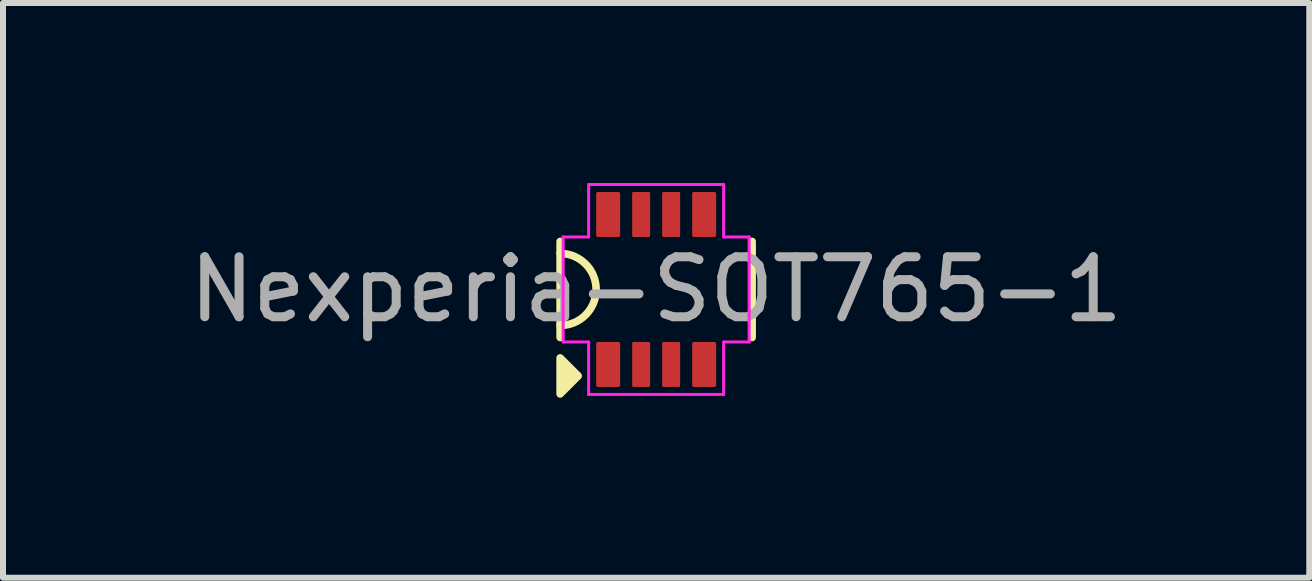
<source format=kicad_pcb>
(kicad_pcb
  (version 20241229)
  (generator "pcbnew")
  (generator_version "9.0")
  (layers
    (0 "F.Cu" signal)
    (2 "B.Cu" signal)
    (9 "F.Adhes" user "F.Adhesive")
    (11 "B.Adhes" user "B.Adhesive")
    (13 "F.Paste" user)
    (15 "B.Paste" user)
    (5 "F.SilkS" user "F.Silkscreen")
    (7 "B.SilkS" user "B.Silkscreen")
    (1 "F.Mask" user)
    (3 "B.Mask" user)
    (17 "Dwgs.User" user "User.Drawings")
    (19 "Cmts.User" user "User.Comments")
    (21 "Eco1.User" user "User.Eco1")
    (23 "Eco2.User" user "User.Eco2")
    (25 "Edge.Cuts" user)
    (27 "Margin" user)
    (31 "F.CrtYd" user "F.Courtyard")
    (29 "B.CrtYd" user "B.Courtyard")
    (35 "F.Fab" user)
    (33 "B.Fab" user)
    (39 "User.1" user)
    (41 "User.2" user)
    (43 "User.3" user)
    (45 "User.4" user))
  (footprint "Nexperia-SOT765-1"
    (layer "F.Cu")
    (at 7.887 1.775)
    (property "Reference" "Nexperia-SOT765-1" (at 0 0 0) (unlocked yes) (layer "F.SilkS") (effects (font (size 1 1) (thickness 0.1))))
    (attr smd)
    (fp_poly (pts (xy -1 -1.625) (xy 1 -1.625) (xy 1 -0.875) (xy -1 -0.875)) (stroke (width 0.1) (type solid)) (fill yes) (layer "F.Mask"))
    (fp_poly (pts (xy -1 0.875) (xy 1 0.875) (xy 1 1.625) (xy -1 1.625)) (stroke (width 0.1) (type solid)) (fill yes) (layer "F.Mask"))
    (fp_line (start -1.6 -0.8) (end -1.6 0.8) (stroke (width 0.127) (type default)) (layer "F.SilkS"))
    (fp_line (start 1.6 -0.8) (end 1.6 0.8) (stroke (width 0.127) (type default)) (layer "F.SilkS"))
    (fp_arc (start -1.6 -0.6) (mid -1 0) (end -1.6 0.6) (stroke (width 0.127) (type default)) (layer "F.SilkS"))
    (fp_poly (pts (xy -1.3 1.441) (xy -1.6 1.141) (xy -1.6 1.741)) (stroke (width 0.127) (type solid)) (fill yes) (layer "F.SilkS"))
    (fp_line (start -1.55 -0.875) (end -1.55 0.875) (stroke (width 0.05) (type default)) (layer "F.CrtYd"))
    (fp_line (start -1.55 -0.875) (end -1.125 -0.875) (stroke (width 0.05) (type default)) (layer "F.CrtYd"))
    (fp_line (start -1.125 -1.75) (end 1.125 -1.75) (stroke (width 0.05) (type default)) (layer "F.CrtYd"))
    (fp_line (start -1.125 -0.875) (end -1.125 -1.75) (stroke (width 0.05) (type default)) (layer "F.CrtYd"))
    (fp_line (start -1.125 0.875) (end -1.55 0.875) (stroke (width 0.05) (type default)) (layer "F.CrtYd"))
    (fp_line (start -1.125 0.875) (end -1.125 1.75) (stroke (width 0.05) (type default)) (layer "F.CrtYd"))
    (fp_line (start -1.125 1.75) (end 1.125 1.75) (stroke (width 0.05) (type default)) (layer "F.CrtYd"))
    (fp_line (start 1.125 -0.875) (end 1.125 -1.75) (stroke (width 0.05) (type default)) (layer "F.CrtYd"))
    (fp_line (start 1.125 -0.875) (end 1.55 -0.875) (stroke (width 0.05) (type default)) (layer "F.CrtYd"))
    (fp_line (start 1.125 0.875) (end 1.125 1.75) (stroke (width 0.05) (type default)) (layer "F.CrtYd"))
    (fp_line (start 1.55 -0.875) (end 1.55 0.875) (stroke (width 0.05) (type default)) (layer "F.CrtYd"))
    (fp_line (start 1.55 0.875) (end 1.125 0.875) (stroke (width 0.05) (type default)) (layer "F.CrtYd"))
    (fp_text user "${REFERENCE}" (at 0 0 0) (unlocked yes) (layer "F.Fab") (effects (font (size 1 1) (thickness 0.15))))
    (pad "1" smd roundrect (at -0.8 1.25) (size 0.4 0.75) (layers "F.Cu" "F.Mask" "F.Paste") (roundrect_rratio 0.074))
    (pad "2" smd roundrect (at -0.25 1.25) (size 0.3 0.75) (layers "F.Cu" "F.Mask" "F.Paste") (roundrect_rratio 0.074))
    (pad "3" smd roundrect (at 0.25 1.25) (size 0.3 0.75) (layers "F.Cu" "F.Mask" "F.Paste") (roundrect_rratio 0.074))
    (pad "4" smd roundrect (at 0.8 1.25) (size 0.4 0.75) (layers "F.Cu" "F.Mask" "F.Paste") (roundrect_rratio 0.074))
    (pad "5" smd roundrect (at 0.8 -1.25) (size 0.4 0.75) (layers "F.Cu" "F.Mask" "F.Paste") (roundrect_rratio 0.074))
    (pad "6" smd roundrect (at 0.25 -1.25) (size 0.3 0.75) (layers "F.Cu" "F.Mask" "F.Paste") (roundrect_rratio 0.074))
    (pad "7" smd roundrect (at -0.25 -1.25) (size 0.3 0.75) (layers "F.Cu" "F.Mask" "F.Paste") (roundrect_rratio 0.074))
    (pad "8" smd roundrect (at -0.8 -1.25) (size 0.4 0.75) (layers "F.Cu" "F.Mask" "F.Paste") (roundrect_rratio 0.074)))
  (gr_rect
    (start -3 -3)
    (end 18.774 6.58)
    (stroke (width 0.1) (type default))
    (fill no)
    (layer "Edge.Cuts")))
</source>
